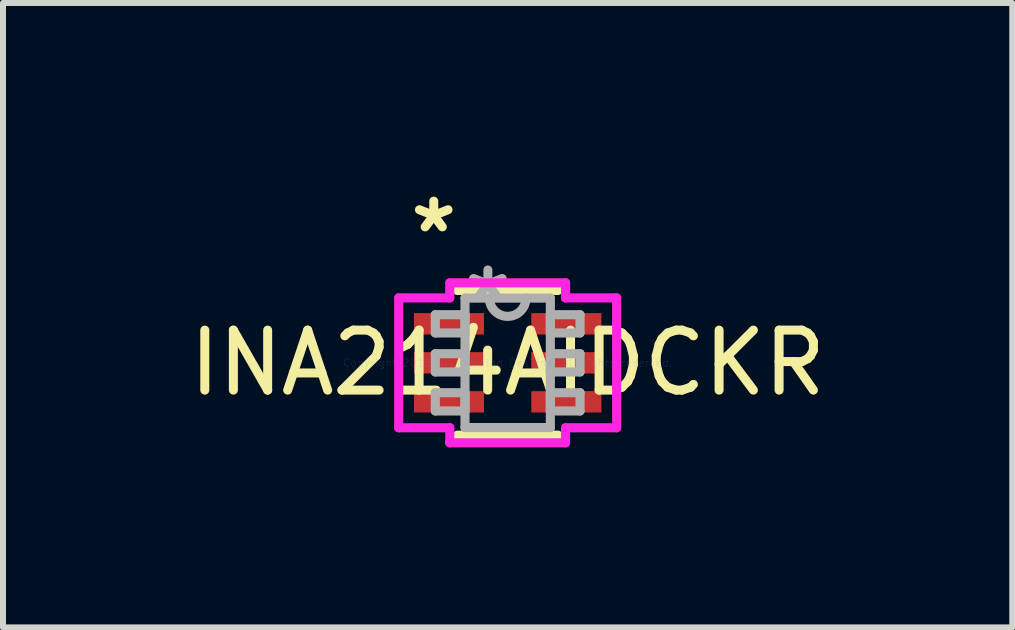
<source format=kicad_pcb>
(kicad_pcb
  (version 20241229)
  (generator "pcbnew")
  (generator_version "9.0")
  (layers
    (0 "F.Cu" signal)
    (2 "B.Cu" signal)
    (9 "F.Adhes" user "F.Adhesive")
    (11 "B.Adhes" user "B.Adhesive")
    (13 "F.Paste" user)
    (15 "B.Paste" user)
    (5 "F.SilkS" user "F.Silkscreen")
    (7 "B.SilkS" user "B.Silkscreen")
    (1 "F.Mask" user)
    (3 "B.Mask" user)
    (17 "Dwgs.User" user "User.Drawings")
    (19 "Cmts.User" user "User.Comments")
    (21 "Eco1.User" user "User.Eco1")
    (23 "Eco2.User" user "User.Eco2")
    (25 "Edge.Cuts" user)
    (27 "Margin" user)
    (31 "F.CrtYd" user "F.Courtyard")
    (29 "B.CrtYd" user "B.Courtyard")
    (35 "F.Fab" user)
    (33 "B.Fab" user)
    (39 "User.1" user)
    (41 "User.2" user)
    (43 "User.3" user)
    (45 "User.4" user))
  (footprint "INA214AIDCKR"
    (layer "F.Cu")
    (at 5.411 2.997)
    (property "Reference" "INA214AIDCKR" (at 0 0 0) (layer "F.SilkS") (effects (font (size 1 1) (thickness 0.15))))
    (attr through_hole)
    (fp_line (start -0.838 1.206) (end 0.838 1.206) (stroke (width 0.152) (type solid)) (layer "F.SilkS"))
    (fp_line (start 0.838 -1.206) (end -0.838 -1.206) (stroke (width 0.152) (type solid)) (layer "F.SilkS"))
    (fp_line (start -1.816 -1.082) (end -0.965 -1.082) (stroke (width 0.152) (type solid)) (layer "F.CrtYd"))
    (fp_line (start -1.816 1.082) (end -1.816 -1.082) (stroke (width 0.152) (type solid)) (layer "F.CrtYd"))
    (fp_line (start -0.965 -1.333) (end 0.965 -1.333) (stroke (width 0.152) (type solid)) (layer "F.CrtYd"))
    (fp_line (start -0.965 -1.082) (end -0.965 -1.333) (stroke (width 0.152) (type solid)) (layer "F.CrtYd"))
    (fp_line (start -0.965 1.082) (end -1.816 1.082) (stroke (width 0.152) (type solid)) (layer "F.CrtYd"))
    (fp_line (start -0.965 1.333) (end -0.965 1.082) (stroke (width 0.152) (type solid)) (layer "F.CrtYd"))
    (fp_line (start 0.965 -1.333) (end 0.965 -1.082) (stroke (width 0.152) (type solid)) (layer "F.CrtYd"))
    (fp_line (start 0.965 -1.082) (end 1.816 -1.082) (stroke (width 0.152) (type solid)) (layer "F.CrtYd"))
    (fp_line (start 0.965 1.082) (end 0.965 1.333) (stroke (width 0.152) (type solid)) (layer "F.CrtYd"))
    (fp_line (start 0.965 1.333) (end -0.965 1.333) (stroke (width 0.152) (type solid)) (layer "F.CrtYd"))
    (fp_line (start 1.816 -1.082) (end 1.816 1.082) (stroke (width 0.152) (type solid)) (layer "F.CrtYd"))
    (fp_line (start 1.816 1.082) (end 0.965 1.082) (stroke (width 0.152) (type solid)) (layer "F.CrtYd"))
    (fp_line (start -1.206 -0.802) (end -1.206 -0.498) (stroke (width 0.152) (type solid)) (layer "F.Fab"))
    (fp_line (start -1.206 -0.498) (end -0.711 -0.498) (stroke (width 0.152) (type solid)) (layer "F.Fab"))
    (fp_line (start -1.206 -0.152) (end -1.206 0.152) (stroke (width 0.152) (type solid)) (layer "F.Fab"))
    (fp_line (start -1.206 0.152) (end -0.711 0.152) (stroke (width 0.152) (type solid)) (layer "F.Fab"))
    (fp_line (start -1.206 0.498) (end -1.206 0.802) (stroke (width 0.152) (type solid)) (layer "F.Fab"))
    (fp_line (start -1.206 0.802) (end -0.711 0.802) (stroke (width 0.152) (type solid)) (layer "F.Fab"))
    (fp_line (start -0.711 -1.079) (end -0.711 1.079) (stroke (width 0.152) (type solid)) (layer "F.Fab"))
    (fp_line (start -0.711 -0.802) (end -1.206 -0.802) (stroke (width 0.152) (type solid)) (layer "F.Fab"))
    (fp_line (start -0.711 -0.498) (end -0.711 -0.802) (stroke (width 0.152) (type solid)) (layer "F.Fab"))
    (fp_line (start -0.711 -0.152) (end -1.206 -0.152) (stroke (width 0.152) (type solid)) (layer "F.Fab"))
    (fp_line (start -0.711 0.152) (end -0.711 -0.152) (stroke (width 0.152) (type solid)) (layer "F.Fab"))
    (fp_line (start -0.711 0.498) (end -1.206 0.498) (stroke (width 0.152) (type solid)) (layer "F.Fab"))
    (fp_line (start -0.711 0.802) (end -0.711 0.498) (stroke (width 0.152) (type solid)) (layer "F.Fab"))
    (fp_line (start -0.711 1.079) (end 0.711 1.079) (stroke (width 0.152) (type solid)) (layer "F.Fab"))
    (fp_line (start 0.711 -1.079) (end -0.711 -1.079) (stroke (width 0.152) (type solid)) (layer "F.Fab"))
    (fp_line (start 0.711 -0.802) (end 0.711 -0.498) (stroke (width 0.152) (type solid)) (layer "F.Fab"))
    (fp_line (start 0.711 -0.498) (end 1.206 -0.498) (stroke (width 0.152) (type solid)) (layer "F.Fab"))
    (fp_line (start 0.711 -0.152) (end 0.711 0.152) (stroke (width 0.152) (type solid)) (layer "F.Fab"))
    (fp_line (start 0.711 0.152) (end 1.206 0.152) (stroke (width 0.152) (type solid)) (layer "F.Fab"))
    (fp_line (start 0.711 0.498) (end 0.711 0.802) (stroke (width 0.152) (type solid)) (layer "F.Fab"))
    (fp_line (start 0.711 0.802) (end 1.206 0.802) (stroke (width 0.152) (type solid)) (layer "F.Fab"))
    (fp_line (start 0.711 1.079) (end 0.711 -1.079) (stroke (width 0.152) (type solid)) (layer "F.Fab"))
    (fp_line (start 1.206 -0.802) (end 0.711 -0.802) (stroke (width 0.152) (type solid)) (layer "F.Fab"))
    (fp_line (start 1.206 -0.498) (end 1.206 -0.802) (stroke (width 0.152) (type solid)) (layer "F.Fab"))
    (fp_line (start 1.206 -0.152) (end 0.711 -0.152) (stroke (width 0.152) (type solid)) (layer "F.Fab"))
    (fp_line (start 1.206 0.152) (end 1.206 -0.152) (stroke (width 0.152) (type solid)) (layer "F.Fab"))
    (fp_line (start 1.206 0.498) (end 0.711 0.498) (stroke (width 0.152) (type solid)) (layer "F.Fab"))
    (fp_line (start 1.206 0.802) (end 1.206 0.498) (stroke (width 0.152) (type solid)) (layer "F.Fab"))
    (fp_arc (start 0.3048 -1.0795) (mid 0 -0.7747) (end -0.3048 -1.0795) (stroke (width 0.1524) (type solid)) (layer "F.Fab"))
    (fp_text user "*" (at -1.232 -2.149 0) (layer "F.SilkS") (effects (font (size 1 1) (thickness 0.15))))
    (fp_text user "Copyright 2016 Accelerated Designs. All rights reserved." (at 0 0 0) (layer "Cmts.User") (effects (font (size 0.127 0.127) (thickness 0.002))))
    (fp_text user "*" (at -0.33 -1.003 0) (layer "F.Fab") (effects (font (size 1 1) (thickness 0.15))))
    (pad "1" smd rect (at -0.978 -0.65) (size 1.168 0.356) (layers "F.Cu" "F.Mask" "F.Paste"))
    (pad "2" smd rect (at -0.978 0) (size 1.168 0.356) (layers "F.Cu" "F.Mask" "F.Paste"))
    (pad "3" smd rect (at -0.978 0.65) (size 1.168 0.356) (layers "F.Cu" "F.Mask" "F.Paste"))
    (pad "4" smd rect (at 0.978 0.65) (size 1.168 0.356) (layers "F.Cu" "F.Mask" "F.Paste"))
    (pad "5" smd rect (at 0.978 0) (size 1.168 0.356) (layers "F.Cu" "F.Mask" "F.Paste"))
    (pad "6" smd rect (at 0.978 -0.65) (size 1.168 0.356) (layers "F.Cu" "F.Mask" "F.Paste")))
  (gr_rect
    (start -3 -3)
    (end 13.821 7.407)
    (stroke (width 0.1) (type default))
    (fill no)
    (layer "Edge.Cuts")))
</source>
